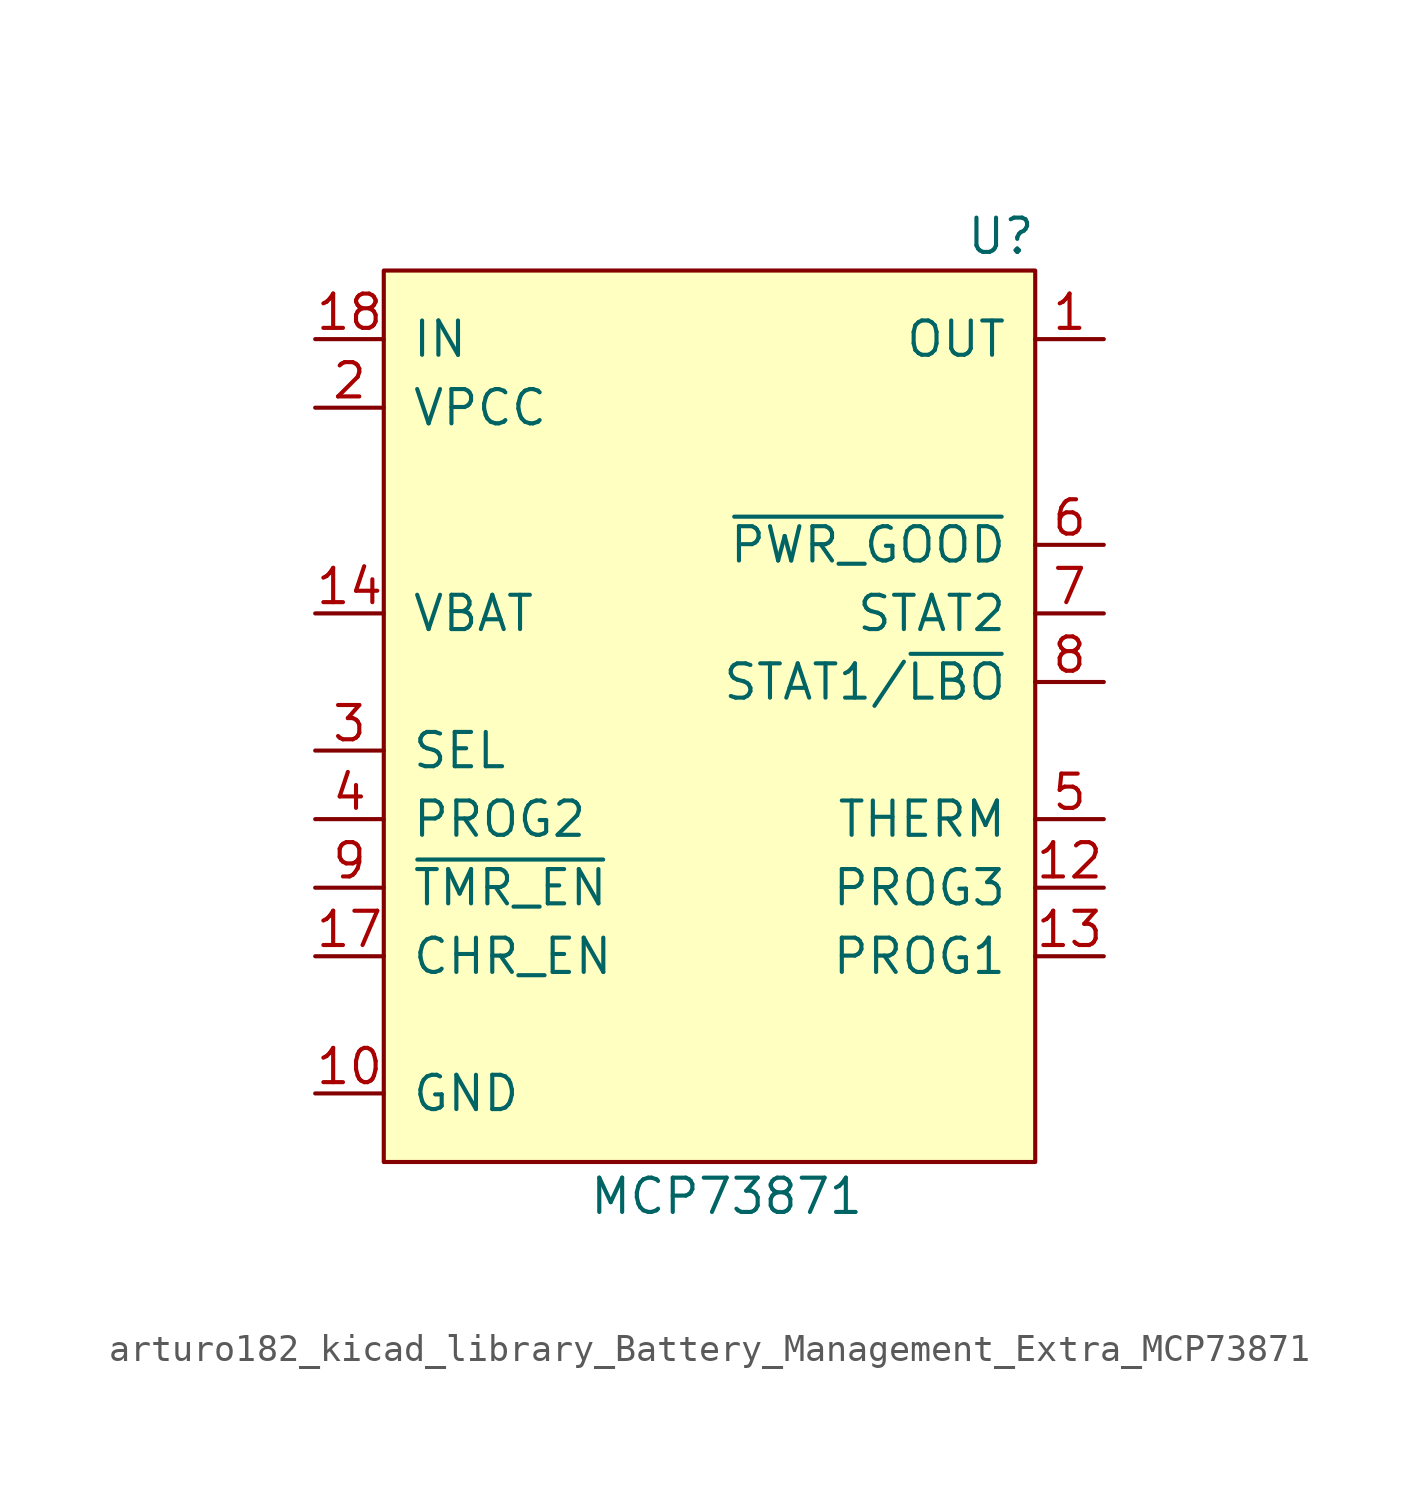
<source format=kicad_sym>
(kicad_symbol_lib
  (version 20220914)
  (generator kicad_symbol_editor)
  (symbol "arturo182_kicad_library_Battery_Management_Extra_MCP73871"
    (pin_names
      (offset 1.016))
    (property "Reference" "U"
      (at 10.16 16.51 0)
      (effects (font (size 1.27 1.27))))
    (property "Value" "MCP73871"
      (at 0 -19.05 0)
      (effects (font (size 1.27 1.27))))
    (symbol "arturo182_kicad_library_Battery_Management_Extra_MCP73871_0_1"
      (rectangle (start -12.7 15.24) (end 11.43 -17.78) (stroke (width 0) (type default) (color 0 0 0 0)) (fill (type background))))
    (symbol "arturo182_kicad_library_Battery_Management_Extra_MCP73871_1_1"
      (pin power_out line (at 13.97 12.7 180) (length 2.54) (name "OUT" (effects (font (size 1.27 1.27)))) (number "1" (effects (font (size 1.27 1.27)))))
      (pin power_in line (at -15.24 -15.24 0) (length 2.54) (name "GND" (effects (font (size 1.27 1.27)))) (number "10" (effects (font (size 1.27 1.27)))))
      (pin passive line (at -15.24 -15.24 0) (length 2.54) hide (name "GND" (effects (font (size 1.27 1.27)))) (number "11" (effects (font (size 1.27 1.27)))))
      (pin bidirectional line (at 13.97 -7.62 180) (length 2.54) (name "PROG3" (effects (font (size 1.27 1.27)))) (number "12" (effects (font (size 1.27 1.27)))))
      (pin bidirectional line (at 13.97 -10.16 180) (length 2.54) (name "PROG1" (effects (font (size 1.27 1.27)))) (number "13" (effects (font (size 1.27 1.27)))))
      (pin power_in line (at -15.24 2.54 0) (length 2.54) (name "VBAT" (effects (font (size 1.27 1.27)))) (number "14" (effects (font (size 1.27 1.27)))))
      (pin passive line (at -15.24 2.54 0) (length 2.54) hide (name "VBAT" (effects (font (size 1.27 1.27)))) (number "15" (effects (font (size 1.27 1.27)))))
      (pin passive line (at -15.24 2.54 0) (length 2.54) hide (name "VBAT" (effects (font (size 1.27 1.27)))) (number "16" (effects (font (size 1.27 1.27)))))
      (pin input line (at -15.24 -10.16 0) (length 2.54) (name "CHR_EN" (effects (font (size 1.27 1.27)))) (number "17" (effects (font (size 1.27 1.27)))))
      (pin power_in line (at -15.24 12.7 0) (length 2.54) (name "IN" (effects (font (size 1.27 1.27)))) (number "18" (effects (font (size 1.27 1.27)))))
      (pin passive line (at -15.24 12.7 0) (length 2.54) hide (name "IN" (effects (font (size 1.27 1.27)))) (number "19" (effects (font (size 1.27 1.27)))))
      (pin input line (at -15.24 10.16 0) (length 2.54) (name "VPCC" (effects (font (size 1.27 1.27)))) (number "2" (effects (font (size 1.27 1.27)))))
      (pin passive line (at 13.97 12.7 180) (length 2.54) hide (name "OUT" (effects (font (size 1.27 1.27)))) (number "20" (effects (font (size 1.27 1.27)))))
      (pin passive line (at -15.24 -15.24 0) (length 2.54) hide (name "GND" (effects (font (size 1.27 1.27)))) (number "21" (effects (font (size 1.27 1.27)))))
      (pin input line (at -15.24 -2.54 0) (length 2.54) (name "SEL" (effects (font (size 1.27 1.27)))) (number "3" (effects (font (size 1.27 1.27)))))
      (pin input line (at -15.24 -5.08 0) (length 2.54) (name "PROG2" (effects (font (size 1.27 1.27)))) (number "4" (effects (font (size 1.27 1.27)))))
      (pin bidirectional line (at 13.97 -5.08 180) (length 2.54) (name "THERM" (effects (font (size 1.27 1.27)))) (number "5" (effects (font (size 1.27 1.27)))))
      (pin output line (at 13.97 5.08 180) (length 2.54) (name "~{PWR_GOOD}" (effects (font (size 1.27 1.27)))) (number "6" (effects (font (size 1.27 1.27)))))
      (pin output line (at 13.97 2.54 180) (length 2.54) (name "STAT2" (effects (font (size 1.27 1.27)))) (number "7" (effects (font (size 1.27 1.27)))))
      (pin output line (at 13.97 0 180) (length 2.54) (name "STAT1/~{LBO}" (effects (font (size 1.27 1.27)))) (number "8" (effects (font (size 1.27 1.27)))))
      (pin input line (at -15.24 -7.62 0) (length 2.54) (name "~{TMR_EN}" (effects (font (size 1.27 1.27)))) (number "9" (effects (font (size 1.27 1.27))))))))
</source>
